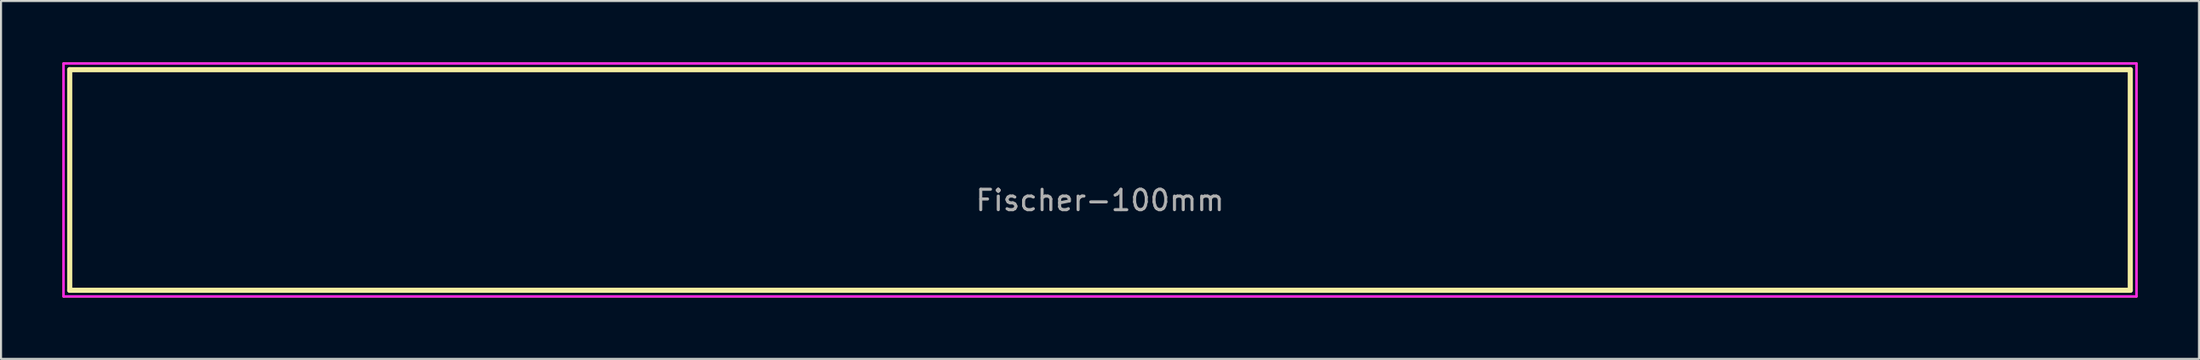
<source format=kicad_pcb>
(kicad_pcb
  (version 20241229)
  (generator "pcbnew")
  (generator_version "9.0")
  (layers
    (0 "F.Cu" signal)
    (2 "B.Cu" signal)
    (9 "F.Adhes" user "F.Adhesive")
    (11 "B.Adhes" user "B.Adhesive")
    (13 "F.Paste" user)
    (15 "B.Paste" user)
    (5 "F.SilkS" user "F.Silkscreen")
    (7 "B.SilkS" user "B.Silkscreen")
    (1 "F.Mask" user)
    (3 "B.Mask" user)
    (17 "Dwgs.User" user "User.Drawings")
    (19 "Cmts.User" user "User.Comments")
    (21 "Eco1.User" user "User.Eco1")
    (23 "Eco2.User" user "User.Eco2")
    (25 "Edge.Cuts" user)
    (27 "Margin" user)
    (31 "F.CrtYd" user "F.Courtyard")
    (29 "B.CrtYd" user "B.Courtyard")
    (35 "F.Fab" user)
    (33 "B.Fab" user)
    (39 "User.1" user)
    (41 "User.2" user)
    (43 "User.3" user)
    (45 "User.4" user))
  (footprint "Fischer-100mm"
    (layer "F.Cu")
    (at 50.76 5.76)
    (property "Reference" "Fischer-100mm" (at 0 1 0) (layer "F.Fab") (effects (font (size 1 1) (thickness 0.15))))
    (attr through_hole)
    (fp_line (start -50.7 -5.7) (end 50.7 -5.7) (stroke (width 0.1) (type solid)) (layer "F.SilkS"))
    (fp_line (start -50.7 5.7) (end -50.7 -5.7) (stroke (width 0.1) (type solid)) (layer "F.SilkS"))
    (fp_line (start -50.4 -5.4) (end 50.4 -5.4) (stroke (width 0.25) (type solid)) (layer "F.SilkS"))
    (fp_line (start -50.4 5.4) (end -50.4 -5.4) (stroke (width 0.25) (type solid)) (layer "F.SilkS"))
    (fp_line (start 50.4 -5.4) (end 50.4 5.4) (stroke (width 0.25) (type solid)) (layer "F.SilkS"))
    (fp_line (start 50.4 5.4) (end -50.4 5.4) (stroke (width 0.25) (type solid)) (layer "F.SilkS"))
    (fp_line (start 50.7 -5.7) (end 50.7 5.7) (stroke (width 0.1) (type solid)) (layer "F.SilkS"))
    (fp_line (start 50.7 5.7) (end -50.7 5.7) (stroke (width 0.1) (type solid)) (layer "F.SilkS"))
    (fp_line (start -50.7 -5.7) (end -50.7 5.7) (stroke (width 0.12) (type solid)) (layer "F.CrtYd"))
    (fp_line (start -50.7 5.7) (end 50.7 5.7) (stroke (width 0.12) (type solid)) (layer "F.CrtYd"))
    (fp_line (start 50.7 -5.7) (end -50.7 -5.7) (stroke (width 0.12) (type solid)) (layer "F.CrtYd"))
    (fp_line (start 50.7 5.7) (end 50.7 -5.7) (stroke (width 0.12) (type solid)) (layer "F.CrtYd")))
  (gr_rect
    (start -3 -3)
    (end 104.52 14.52)
    (stroke (width 0.1) (type default))
    (fill no)
    (layer "Edge.Cuts")))
</source>
